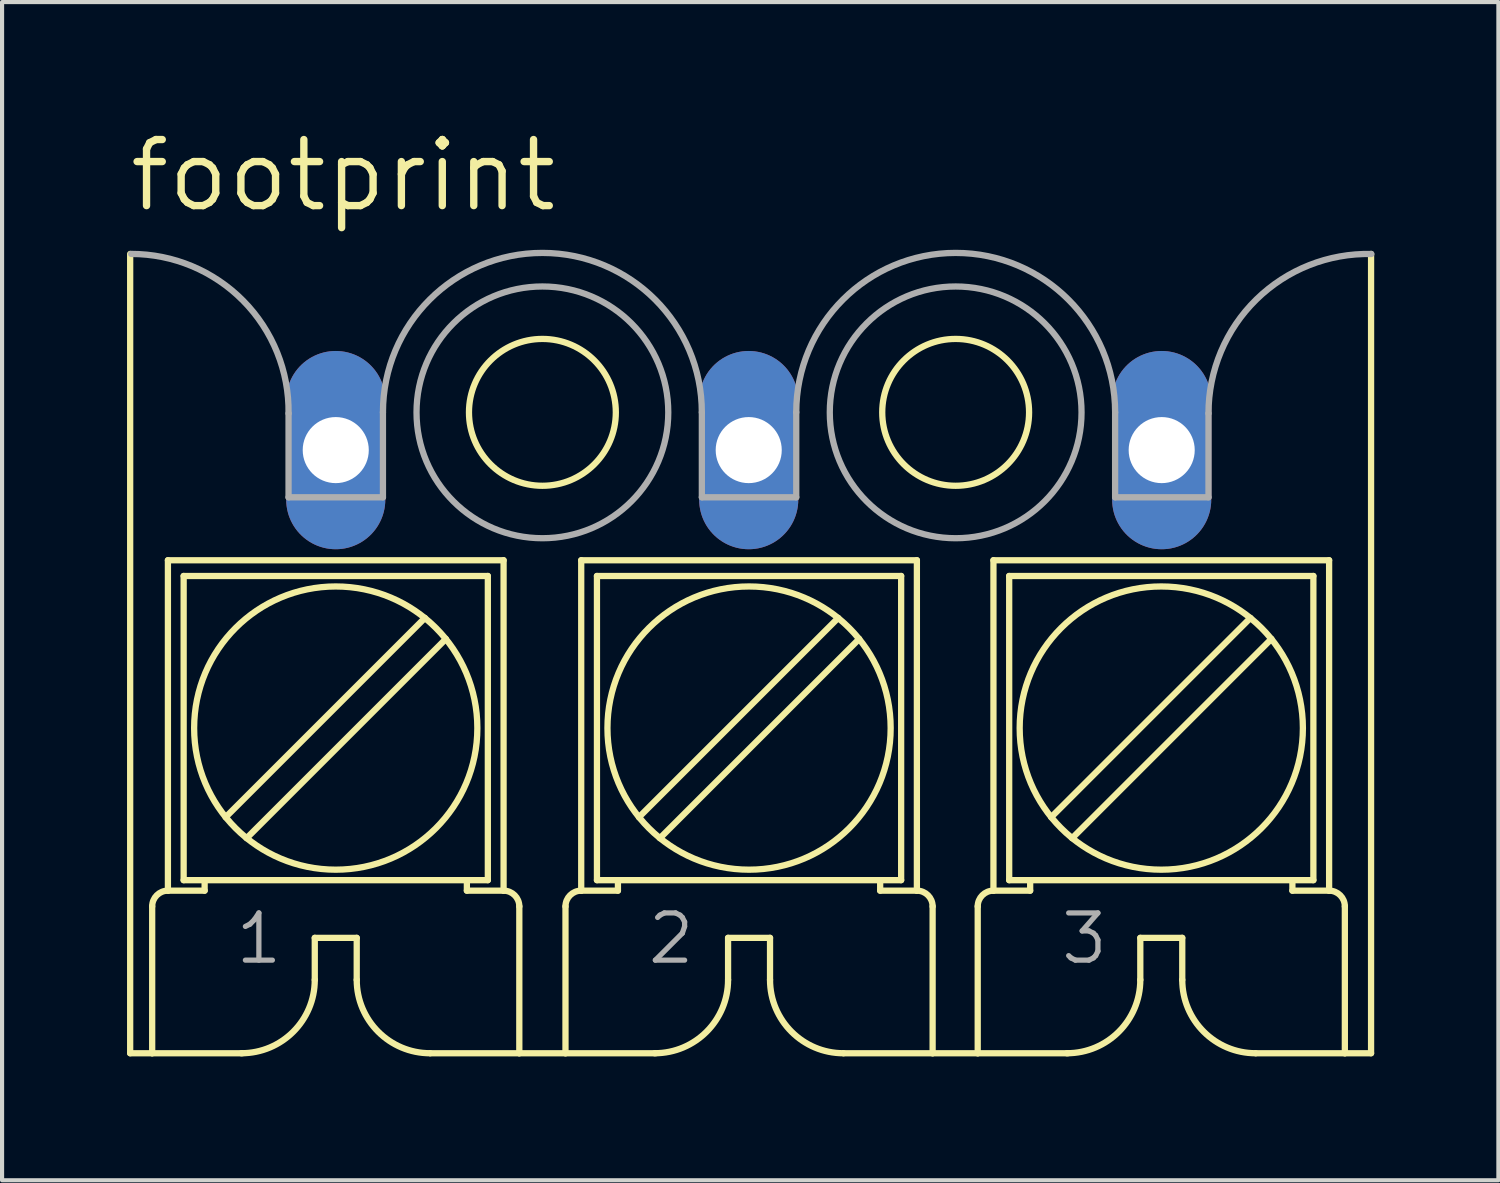
<source format=kicad_pcb>
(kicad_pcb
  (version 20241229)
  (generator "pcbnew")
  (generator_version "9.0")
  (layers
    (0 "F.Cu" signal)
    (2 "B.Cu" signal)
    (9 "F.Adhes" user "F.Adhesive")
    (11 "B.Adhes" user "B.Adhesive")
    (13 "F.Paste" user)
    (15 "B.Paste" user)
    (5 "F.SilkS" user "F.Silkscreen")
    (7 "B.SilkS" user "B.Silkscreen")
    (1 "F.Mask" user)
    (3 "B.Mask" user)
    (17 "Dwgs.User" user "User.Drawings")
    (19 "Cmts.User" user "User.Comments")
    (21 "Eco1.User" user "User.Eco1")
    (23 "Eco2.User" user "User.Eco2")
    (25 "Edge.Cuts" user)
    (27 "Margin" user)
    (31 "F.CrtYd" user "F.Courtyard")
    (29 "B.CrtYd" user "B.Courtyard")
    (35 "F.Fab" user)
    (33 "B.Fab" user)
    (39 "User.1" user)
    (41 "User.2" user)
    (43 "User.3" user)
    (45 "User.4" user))
  (footprint "footprint"
    (layer "F.Cu")
    (at 15.08 12.849)
    (property "Reference" "footprint" (at -15.08 -10.715 0) (layer "F.SilkS") (effects (font (size 1.6 1.6) (thickness 0.178)) (justify left bottom)))
    (fp_line (start -14.978 9.605) (end -14.978 -9.75) (stroke (width 0.152) (type solid)) (layer "F.SilkS"))
    (fp_line (start -14.978 9.605) (end -14.445 9.605) (stroke (width 0.152) (type solid)) (layer "F.SilkS"))
    (fp_line (start -14.445 9.605) (end -14.445 6.049) (stroke (width 0.152) (type solid)) (layer "F.SilkS"))
    (fp_line (start -14.445 9.605) (end -12.261 9.605) (stroke (width 0.152) (type solid)) (layer "F.SilkS"))
    (fp_line (start -14.064 -2.333) (end -5.936 -2.333) (stroke (width 0.152) (type solid)) (layer "F.SilkS"))
    (fp_line (start -14.064 5.668) (end -14.064 -2.333) (stroke (width 0.152) (type solid)) (layer "F.SilkS"))
    (fp_line (start -14.064 5.668) (end -13.175 5.668) (stroke (width 0.152) (type solid)) (layer "F.SilkS"))
    (fp_line (start -13.683 -1.952) (end -6.317 -1.952) (stroke (width 0.152) (type solid)) (layer "F.SilkS"))
    (fp_line (start -13.683 5.414) (end -13.683 -1.952) (stroke (width 0.152) (type solid)) (layer "F.SilkS"))
    (fp_line (start -13.683 5.414) (end -13.175 5.414) (stroke (width 0.152) (type solid)) (layer "F.SilkS"))
    (fp_line (start -13.175 5.414) (end -13.175 5.668) (stroke (width 0.152) (type solid)) (layer "F.SilkS"))
    (fp_line (start -12.667 3.89) (end -7.841 -0.936) (stroke (width 0.152) (type solid)) (layer "F.SilkS"))
    (fp_line (start -12.159 4.398) (end -7.333 -0.428) (stroke (width 0.152) (type solid)) (layer "F.SilkS"))
    (fp_line (start -10.508 6.811) (end -10.508 7.827) (stroke (width 0.152) (type solid)) (layer "F.SilkS"))
    (fp_line (start -10.508 6.811) (end -9.492 6.811) (stroke (width 0.152) (type solid)) (layer "F.SilkS"))
    (fp_line (start -9.492 6.811) (end -9.492 7.827) (stroke (width 0.152) (type solid)) (layer "F.SilkS"))
    (fp_line (start -7.714 9.605) (end -5.555 9.605) (stroke (width 0.152) (type solid)) (layer "F.SilkS"))
    (fp_line (start -6.825 5.414) (end -13.175 5.414) (stroke (width 0.152) (type solid)) (layer "F.SilkS"))
    (fp_line (start -6.825 5.414) (end -6.825 5.668) (stroke (width 0.152) (type solid)) (layer "F.SilkS"))
    (fp_line (start -6.825 5.414) (end -6.317 5.414) (stroke (width 0.152) (type solid)) (layer "F.SilkS"))
    (fp_line (start -6.825 5.668) (end -5.936 5.668) (stroke (width 0.152) (type solid)) (layer "F.SilkS"))
    (fp_line (start -6.317 5.414) (end -6.317 -1.952) (stroke (width 0.152) (type solid)) (layer "F.SilkS"))
    (fp_line (start -5.936 5.668) (end -5.936 -2.333) (stroke (width 0.152) (type solid)) (layer "F.SilkS"))
    (fp_line (start -5.555 9.605) (end -5.555 6.049) (stroke (width 0.152) (type solid)) (layer "F.SilkS"))
    (fp_line (start -5.555 9.605) (end -4.437 9.605) (stroke (width 0.152) (type solid)) (layer "F.SilkS"))
    (fp_line (start -4.437 9.605) (end -4.437 6.049) (stroke (width 0.152) (type solid)) (layer "F.SilkS"))
    (fp_line (start -4.437 9.605) (end -2.253 9.605) (stroke (width 0.152) (type solid)) (layer "F.SilkS"))
    (fp_line (start -4.056 -2.333) (end 4.072 -2.333) (stroke (width 0.152) (type solid)) (layer "F.SilkS"))
    (fp_line (start -4.056 5.668) (end -4.056 -2.333) (stroke (width 0.152) (type solid)) (layer "F.SilkS"))
    (fp_line (start -4.056 5.668) (end -3.167 5.668) (stroke (width 0.152) (type solid)) (layer "F.SilkS"))
    (fp_line (start -3.675 -1.952) (end 3.691 -1.952) (stroke (width 0.152) (type solid)) (layer "F.SilkS"))
    (fp_line (start -3.675 5.414) (end -3.675 -1.952) (stroke (width 0.152) (type solid)) (layer "F.SilkS"))
    (fp_line (start -3.675 5.414) (end -3.167 5.414) (stroke (width 0.152) (type solid)) (layer "F.SilkS"))
    (fp_line (start -3.167 5.414) (end -3.167 5.668) (stroke (width 0.152) (type solid)) (layer "F.SilkS"))
    (fp_line (start -2.659 3.89) (end 2.167 -0.936) (stroke (width 0.152) (type solid)) (layer "F.SilkS"))
    (fp_line (start -2.151 4.398) (end 2.675 -0.428) (stroke (width 0.152) (type solid)) (layer "F.SilkS"))
    (fp_line (start -0.5 6.811) (end -0.5 7.827) (stroke (width 0.152) (type solid)) (layer "F.SilkS"))
    (fp_line (start -0.5 6.811) (end 0.516 6.811) (stroke (width 0.152) (type solid)) (layer "F.SilkS"))
    (fp_line (start 0.516 6.811) (end 0.516 7.827) (stroke (width 0.152) (type solid)) (layer "F.SilkS"))
    (fp_line (start 2.294 9.605) (end 4.453 9.605) (stroke (width 0.152) (type solid)) (layer "F.SilkS"))
    (fp_line (start 3.183 5.414) (end -3.167 5.414) (stroke (width 0.152) (type solid)) (layer "F.SilkS"))
    (fp_line (start 3.183 5.414) (end 3.183 5.668) (stroke (width 0.152) (type solid)) (layer "F.SilkS"))
    (fp_line (start 3.183 5.414) (end 3.691 5.414) (stroke (width 0.152) (type solid)) (layer "F.SilkS"))
    (fp_line (start 3.183 5.668) (end 4.072 5.668) (stroke (width 0.152) (type solid)) (layer "F.SilkS"))
    (fp_line (start 3.691 5.414) (end 3.691 -1.952) (stroke (width 0.152) (type solid)) (layer "F.SilkS"))
    (fp_line (start 4.072 5.668) (end 4.072 -2.333) (stroke (width 0.152) (type solid)) (layer "F.SilkS"))
    (fp_line (start 4.453 9.605) (end 4.453 6.049) (stroke (width 0.152) (type solid)) (layer "F.SilkS"))
    (fp_line (start 4.453 9.605) (end 5.545 9.605) (stroke (width 0.152) (type solid)) (layer "F.SilkS"))
    (fp_line (start 5.545 9.605) (end 5.545 6.049) (stroke (width 0.152) (type solid)) (layer "F.SilkS"))
    (fp_line (start 5.545 9.605) (end 7.729 9.605) (stroke (width 0.152) (type solid)) (layer "F.SilkS"))
    (fp_line (start 5.926 -2.333) (end 14.054 -2.333) (stroke (width 0.152) (type solid)) (layer "F.SilkS"))
    (fp_line (start 5.926 5.668) (end 5.926 -2.333) (stroke (width 0.152) (type solid)) (layer "F.SilkS"))
    (fp_line (start 5.926 5.668) (end 6.815 5.668) (stroke (width 0.152) (type solid)) (layer "F.SilkS"))
    (fp_line (start 6.307 -1.952) (end 13.673 -1.952) (stroke (width 0.152) (type solid)) (layer "F.SilkS"))
    (fp_line (start 6.307 5.414) (end 6.307 -1.952) (stroke (width 0.152) (type solid)) (layer "F.SilkS"))
    (fp_line (start 6.307 5.414) (end 6.815 5.414) (stroke (width 0.152) (type solid)) (layer "F.SilkS"))
    (fp_line (start 6.815 5.414) (end 6.815 5.668) (stroke (width 0.152) (type solid)) (layer "F.SilkS"))
    (fp_line (start 7.323 3.89) (end 12.149 -0.936) (stroke (width 0.152) (type solid)) (layer "F.SilkS"))
    (fp_line (start 7.831 4.398) (end 12.657 -0.428) (stroke (width 0.152) (type solid)) (layer "F.SilkS"))
    (fp_line (start 9.482 6.811) (end 9.482 7.827) (stroke (width 0.152) (type solid)) (layer "F.SilkS"))
    (fp_line (start 9.482 6.811) (end 10.498 6.811) (stroke (width 0.152) (type solid)) (layer "F.SilkS"))
    (fp_line (start 10.498 6.811) (end 10.498 7.827) (stroke (width 0.152) (type solid)) (layer "F.SilkS"))
    (fp_line (start 12.276 9.605) (end 14.435 9.605) (stroke (width 0.152) (type solid)) (layer "F.SilkS"))
    (fp_line (start 13.165 5.414) (end 6.815 5.414) (stroke (width 0.152) (type solid)) (layer "F.SilkS"))
    (fp_line (start 13.165 5.414) (end 13.165 5.668) (stroke (width 0.152) (type solid)) (layer "F.SilkS"))
    (fp_line (start 13.165 5.414) (end 13.673 5.414) (stroke (width 0.152) (type solid)) (layer "F.SilkS"))
    (fp_line (start 13.165 5.668) (end 14.054 5.668) (stroke (width 0.152) (type solid)) (layer "F.SilkS"))
    (fp_line (start 13.673 5.414) (end 13.673 -1.952) (stroke (width 0.152) (type solid)) (layer "F.SilkS"))
    (fp_line (start 14.054 5.668) (end 14.054 -2.333) (stroke (width 0.152) (type solid)) (layer "F.SilkS"))
    (fp_line (start 14.435 9.605) (end 14.435 6.049) (stroke (width 0.152) (type solid)) (layer "F.SilkS"))
    (fp_line (start 15.07 9.605) (end 14.435 9.605) (stroke (width 0.152) (type solid)) (layer "F.SilkS"))
    (fp_line (start 15.07 9.605) (end 15.07 -9.75) (stroke (width 0.152) (type solid)) (layer "F.SilkS"))
    (fp_arc (start -14.445 6.049) (mid -14.333408 5.779592) (end -14.064 5.668) (stroke (width 0.1524) (type solid)) (layer "F.SilkS"))
    (fp_arc (start -10.508 7.827) (mid -11.028764 9.084236) (end -12.286 9.605) (stroke (width 0.1524) (type solid)) (layer "F.SilkS"))
    (fp_arc (start -7.714 9.605) (mid -8.971236 9.084236) (end -9.492 7.827) (stroke (width 0.1524) (type solid)) (layer "F.SilkS"))
    (fp_arc (start -5.936 5.668) (mid -5.666592 5.779592) (end -5.555 6.049) (stroke (width 0.1524) (type solid)) (layer "F.SilkS"))
    (fp_arc (start -4.437 6.049) (mid -4.325408 5.779592) (end -4.056 5.668) (stroke (width 0.1524) (type solid)) (layer "F.SilkS"))
    (fp_arc (start -0.5 7.827) (mid -1.020764 9.084236) (end -2.278 9.605) (stroke (width 0.1524) (type solid)) (layer "F.SilkS"))
    (fp_arc (start 2.294 9.605) (mid 1.036764 9.084236) (end 0.516 7.827) (stroke (width 0.1524) (type solid)) (layer "F.SilkS"))
    (fp_arc (start 4.072 5.668) (mid 4.341408 5.779592) (end 4.453 6.049) (stroke (width 0.1524) (type solid)) (layer "F.SilkS"))
    (fp_arc (start 5.545 6.049) (mid 5.656592 5.779592) (end 5.926 5.668) (stroke (width 0.1524) (type solid)) (layer "F.SilkS"))
    (fp_arc (start 9.482 7.827) (mid 8.961236 9.084236) (end 7.704 9.605) (stroke (width 0.1524) (type solid)) (layer "F.SilkS"))
    (fp_arc (start 12.276 9.605) (mid 11.018764 9.084236) (end 10.498 7.827) (stroke (width 0.1524) (type solid)) (layer "F.SilkS"))
    (fp_arc (start 14.054 5.668) (mid 14.323408 5.779592) (end 14.435 6.049) (stroke (width 0.1524) (type solid)) (layer "F.SilkS"))
    (fp_circle (center -10 1.731) (end -6.571 1.731) (stroke (width 0.152) (type solid)) (fill no) (layer "F.SilkS"))
    (fp_circle (center -4.996 -5.914) (end -3.218 -5.914) (stroke (width 0.152) (type solid)) (fill no) (layer "F.SilkS"))
    (fp_circle (center 0.008 1.731) (end 3.437 1.731) (stroke (width 0.152) (type solid)) (fill no) (layer "F.SilkS"))
    (fp_circle (center 5.011 -5.914) (end 6.789 -5.914) (stroke (width 0.152) (type solid)) (fill no) (layer "F.SilkS"))
    (fp_circle (center 9.99 1.731) (end 13.419 1.731) (stroke (width 0.152) (type solid)) (fill no) (layer "F.SilkS"))
    (fp_line (start -11.143 -3.857) (end -11.143 -5.889) (stroke (width 0.152) (type solid)) (layer "F.Fab"))
    (fp_line (start -11.143 -3.857) (end -8.857 -3.857) (stroke (width 0.152) (type solid)) (layer "F.Fab"))
    (fp_line (start -8.857 -3.857) (end -8.857 -5.914) (stroke (width 0.152) (type solid)) (layer "F.Fab"))
    (fp_line (start -1.135 -3.857) (end -1.135 -5.914) (stroke (width 0.152) (type solid)) (layer "F.Fab"))
    (fp_line (start -1.135 -3.857) (end 1.151 -3.857) (stroke (width 0.152) (type solid)) (layer "F.Fab"))
    (fp_line (start 1.151 -3.857) (end 1.151 -5.914) (stroke (width 0.152) (type solid)) (layer "F.Fab"))
    (fp_line (start 8.872 -3.857) (end 8.872 -5.914) (stroke (width 0.152) (type solid)) (layer "F.Fab"))
    (fp_line (start 8.872 -3.857) (end 11.133 -3.857) (stroke (width 0.152) (type solid)) (layer "F.Fab"))
    (fp_line (start 11.133 -3.857) (end 11.133 -5.889) (stroke (width 0.152) (type solid)) (layer "F.Fab"))
    (fp_arc (start -14.953 -9.7501) (mid -12.240656 -8.616095) (end -11.1426 -5.889) (stroke (width 0.1524) (type solid)) (layer "F.Fab"))
    (fp_arc (start -8.857 -5.914) (mid -4.9962 -9.7748) (end -1.1354 -5.914) (stroke (width 0.1524) (type solid)) (layer "F.Fab"))
    (fp_arc (start 1.151 -5.914) (mid 5.0118 -9.7748) (end 8.8726 -5.914) (stroke (width 0.1524) (type solid)) (layer "F.Fab"))
    (fp_arc (start 11.133 -5.889) (mid 12.293225 -8.647936) (end 15.076499 -9.748499) (stroke (width 0.1524) (type solid)) (layer "F.Fab"))
    (fp_circle (center -4.996 -5.914) (end -1.948 -5.914) (stroke (width 0.152) (type solid)) (fill no) (layer "F.Fab"))
    (fp_circle (center 5.011 -5.914) (end 8.059 -5.914) (stroke (width 0.152) (type solid)) (fill no) (layer "F.Fab"))
    (fp_poly (pts (xy -10.508 -4.492) (xy -9.492 -4.492) (xy -9.492 -5.508) (xy -10.508 -5.508)) (stroke (width 0.1) (type solid)) (fill no) (layer "F.Fab"))
    (fp_poly (pts (xy -0.5 -4.492) (xy 0.516 -4.492) (xy 0.516 -5.508) (xy -0.5 -5.508)) (stroke (width 0.1) (type solid)) (fill no) (layer "F.Fab"))
    (fp_poly (pts (xy 9.482 -4.492) (xy 10.498 -4.492) (xy 10.498 -5.508) (xy 9.482 -5.508)) (stroke (width 0.1) (type solid)) (fill no) (layer "F.Fab"))
    (fp_text user "1" (at -12.489 7.497 0) (layer "F.Fab") (effects (font (size 1.143 1.143) (thickness 0.127)) (justify left bottom)))
    (fp_text user "2" (at -2.507 7.497 0) (layer "F.Fab") (effects (font (size 1.143 1.143) (thickness 0.127)) (justify left bottom)))
    (fp_text user "3" (at 7.501 7.497 0) (layer "F.Fab") (effects (font (size 1.143 1.143) (thickness 0.127)) (justify left bottom)))
    (pad "1" thru_hole oval (at -10 -5 90) (size 4.801 2.4) (drill 1.6) (layers "*.Cu" "*.Mask"))
    (pad "2" thru_hole oval (at 0 -5 90) (size 4.801 2.4) (drill 1.6) (layers "*.Cu" "*.Mask"))
    (pad "3" thru_hole oval (at 10 -5 90) (size 4.801 2.4) (drill 1.6) (layers "*.Cu" "*.Mask")))
  (gr_rect
    (start -3 -3)
    (end 33.233 25.53)
    (stroke (width 0.1) (type default))
    (fill no)
    (layer "Edge.Cuts")))
</source>
